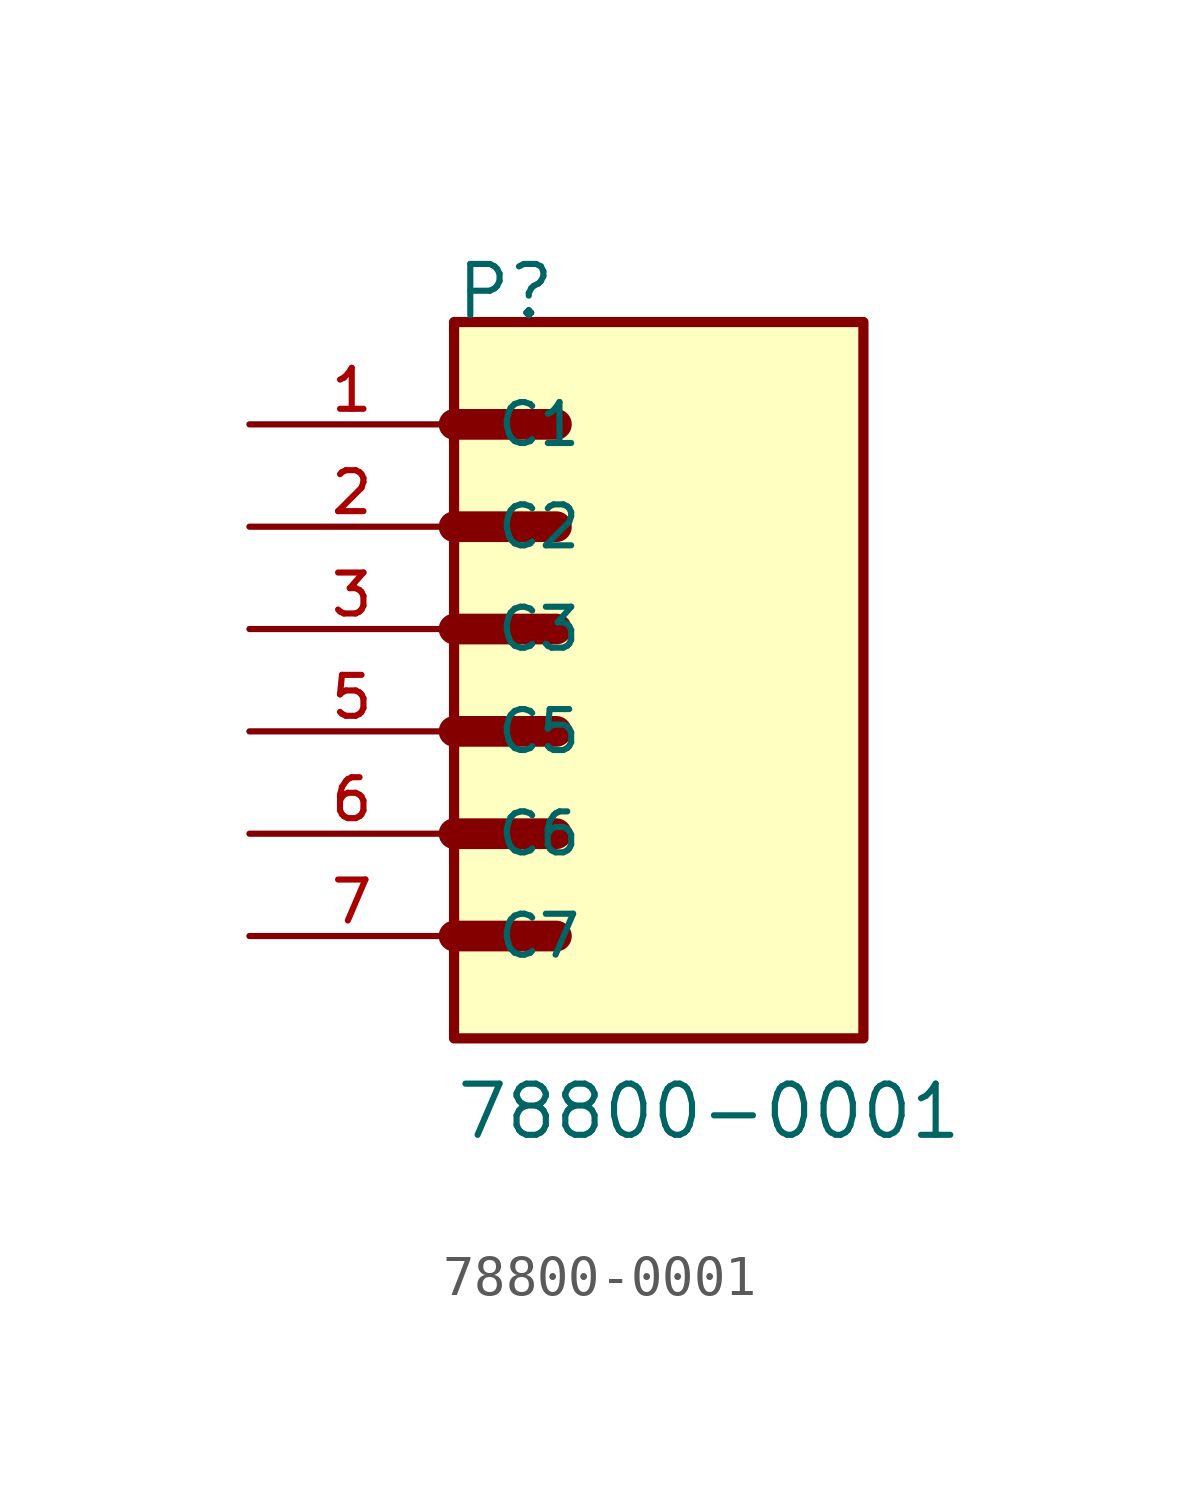
<source format=kicad_sym>
(kicad_symbol_lib
  (version 20211014)
  (generator kicad_symbol_editor)
  (symbol "78800-0001"
    (pin_names
      (offset 1.016))
    (property "Reference" "P"
      (at 0.0 7.628 0)
      (effects (font (size 1.27 1.27)) (justify bottom left)))
    (property "Value" "78800-0001"
      (at 0.0 -12.717 0)
      (effects (font (size 1.27 1.27)) (justify bottom left)))
    (symbol "78800-0001_0_0"
      (polyline (pts (xy 0.0 5.08) (xy 2.54 5.08)) (stroke (width 0.762)))
      (polyline (pts (xy 0.0 2.54) (xy 2.54 2.54)) (stroke (width 0.762)))
      (polyline (pts (xy 0.0 0.0) (xy 2.54 0.0)) (stroke (width 0.762)))
      (polyline (pts (xy 0.0 -2.54) (xy 2.54 -2.54)) (stroke (width 0.762)))
      (polyline (pts (xy 0.0 -5.08) (xy 2.54 -5.08)) (stroke (width 0.762)))
      (polyline (pts (xy 0.0 -7.62) (xy 2.54 -7.62)) (stroke (width 0.762)))
      (rectangle (start 8.881784197e-16 -10.16) (end 10.16 7.62) (stroke (width 0.254)) (fill (type background)))
      (pin passive line (at -5.08 5.08 0) (length 5.08) (name "C1" (effects (font (size 1.016 1.016)))) (number "1" (effects (font (size 1.016 1.016)))))
      (pin passive line (at -5.08 2.54 0) (length 5.08) (name "C2" (effects (font (size 1.016 1.016)))) (number "2" (effects (font (size 1.016 1.016)))))
      (pin passive line (at -5.08 0.0 0) (length 5.08) (name "C3" (effects (font (size 1.016 1.016)))) (number "3" (effects (font (size 1.016 1.016)))))
      (pin passive line (at -5.08 -2.54 0) (length 5.08) (name "C5" (effects (font (size 1.016 1.016)))) (number "5" (effects (font (size 1.016 1.016)))))
      (pin passive line (at -5.08 -5.08 0) (length 5.08) (name "C6" (effects (font (size 1.016 1.016)))) (number "6" (effects (font (size 1.016 1.016)))))
      (pin passive line (at -5.08 -7.62 0) (length 5.08) (name "C7" (effects (font (size 1.016 1.016)))) (number "7" (effects (font (size 1.016 1.016))))))))
</source>
